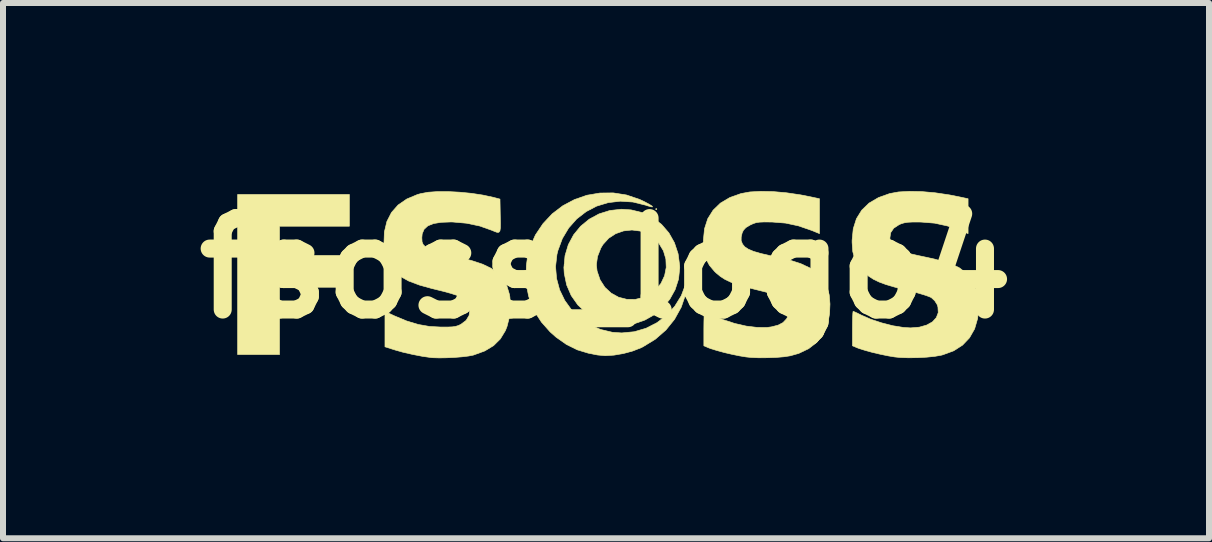
<source format=kicad_pcb>
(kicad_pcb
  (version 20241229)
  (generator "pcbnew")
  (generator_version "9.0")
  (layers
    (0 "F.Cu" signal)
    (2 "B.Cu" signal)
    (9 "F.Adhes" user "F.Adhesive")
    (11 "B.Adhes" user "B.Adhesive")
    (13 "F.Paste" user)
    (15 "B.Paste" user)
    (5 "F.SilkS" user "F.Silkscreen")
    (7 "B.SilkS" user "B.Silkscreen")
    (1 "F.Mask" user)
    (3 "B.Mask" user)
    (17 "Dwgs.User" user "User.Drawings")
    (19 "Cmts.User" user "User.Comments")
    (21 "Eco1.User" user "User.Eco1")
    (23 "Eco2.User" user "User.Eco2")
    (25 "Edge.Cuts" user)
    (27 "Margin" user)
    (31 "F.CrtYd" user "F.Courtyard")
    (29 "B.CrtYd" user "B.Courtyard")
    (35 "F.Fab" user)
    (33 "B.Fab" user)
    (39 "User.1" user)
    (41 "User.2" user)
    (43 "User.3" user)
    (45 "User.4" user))
  (footprint "fsoss_logo4"
    (layer "F.Cu")
    (at 7.047 1.418)
    (property "Reference" "fsoss_logo4" (at 0 0 0) (layer "F.SilkS") (effects (font (size 1.524 1.524) (thickness 0.3))))
    (attr through_hole)
    (fp_poly (pts (xy 0.847 -0.984) (xy 0.836 -0.974) (xy 0.826 -0.984) (xy 0.836 -0.995) (xy 0.847 -0.984)) (stroke (width 0.01) (type solid)) (fill yes) (layer "F.SilkS"))
    (fp_poly (pts (xy -4.276 -0.699) (xy -5.44 -0.699) (xy -5.44 -0.212) (xy -4.339 -0.212) (xy -4.339 0.318) (xy -5.44 0.318) (xy -5.44 1.439) (xy -6.138 1.439) (xy -6.138 -1.228) (xy -4.276 -1.228) (xy -4.276 -0.699)) (stroke (width 0.01) (type solid)) (fill yes) (layer "F.SilkS"))
    (fp_poly (pts (xy 0.418 -0.971) (xy 0.607 -0.925) (xy 0.777 -0.842) (xy 0.925 -0.729) (xy 1.047 -0.588) (xy 1.14 -0.423) (xy 1.201 -0.239) (xy 1.227 -0.04) (xy 1.228 -0.004) (xy 1.208 0.183) (xy 1.151 0.358) (xy 1.063 0.516) (xy 0.947 0.656) (xy 0.808 0.773) (xy 0.65 0.863) (xy 0.479 0.923) (xy 0.299 0.949) (xy 0.114 0.939) (xy 0.027 0.92) (xy -0.164 0.848) (xy -0.33 0.744) (xy -0.47 0.612) (xy -0.58 0.456) (xy -0.656 0.28) (xy -0.696 0.087) (xy -0.702 -0.011) (xy -0.697 -0.057) (xy -0.161 -0.057) (xy -0.149 0.048) (xy -0.099 0.195) (xy -0.019 0.319) (xy 0.086 0.416) (xy 0.209 0.484) (xy 0.346 0.519) (xy 0.489 0.52) (xy 0.634 0.483) (xy 0.701 0.452) (xy 0.824 0.364) (xy 0.916 0.253) (xy 0.976 0.125) (xy 1.003 -0.013) (xy 0.997 -0.153) (xy 0.956 -0.29) (xy 0.879 -0.417) (xy 0.822 -0.48) (xy 0.704 -0.566) (xy 0.572 -0.618) (xy 0.432 -0.636) (xy 0.293 -0.621) (xy 0.161 -0.575) (xy 0.044 -0.499) (xy -0.051 -0.394) (xy -0.086 -0.336) (xy -0.142 -0.194) (xy -0.161 -0.057) (xy -0.697 -0.057) (xy -0.683 -0.209) (xy -0.628 -0.392) (xy -0.54 -0.556) (xy -0.423 -0.699) (xy -0.28 -0.816) (xy -0.117 -0.904) (xy 0.064 -0.961) (xy 0.258 -0.982) (xy 0.418 -0.971)) (stroke (width 0.01) (type solid)) (fill yes) (layer "F.SilkS"))
    (fp_poly (pts (xy 0.343 -1.219) (xy 0.562 -1.144) (xy 0.635 -1.11) (xy 0.719 -1.065) (xy 0.765 -1.036) (xy 0.775 -1.021) (xy 0.748 -1.023) (xy 0.682 -1.042) (xy 0.663 -1.049) (xy 0.449 -1.102) (xy 0.239 -1.116) (xy 0.035 -1.092) (xy -0.156 -1.034) (xy -0.332 -0.942) (xy -0.489 -0.82) (xy -0.622 -0.67) (xy -0.728 -0.493) (xy -0.802 -0.293) (xy -0.818 -0.228) (xy -0.841 -0.025) (xy -0.824 0.173) (xy -0.773 0.362) (xy -0.688 0.537) (xy -0.575 0.694) (xy -0.435 0.83) (xy -0.274 0.94) (xy -0.092 1.021) (xy 0.105 1.068) (xy 0.261 1.079) (xy 0.47 1.059) (xy 0.667 1.001) (xy 0.849 0.908) (xy 1.01 0.784) (xy 1.146 0.633) (xy 1.254 0.459) (xy 1.327 0.264) (xy 1.346 0.183) (xy 1.375 0.032) (xy 1.364 0.195) (xy 1.328 0.43) (xy 1.253 0.65) (xy 1.142 0.851) (xy 0.998 1.03) (xy 0.821 1.184) (xy 0.615 1.31) (xy 0.585 1.325) (xy 0.445 1.38) (xy 0.29 1.422) (xy 0.132 1.449) (xy -0.014 1.458) (xy -0.137 1.447) (xy -0.138 1.447) (xy -0.182 1.439) (xy -0.249 1.425) (xy -0.296 1.416) (xy -0.478 1.361) (xy -0.66 1.271) (xy -0.832 1.15) (xy -0.931 1.062) (xy -1.075 0.9) (xy -1.184 0.733) (xy -1.263 0.552) (xy -1.292 0.457) (xy -1.321 0.305) (xy -1.332 0.133) (xy -1.327 -0.044) (xy -1.305 -0.211) (xy -1.272 -0.339) (xy -1.176 -0.554) (xy -1.049 -0.743) (xy -0.896 -0.906) (xy -0.72 -1.04) (xy -0.526 -1.143) (xy -0.319 -1.215) (xy -0.102 -1.252) (xy 0.12 -1.254) (xy 0.343 -1.219)) (stroke (width 0.01) (type solid)) (fill yes) (layer "F.SilkS"))
    (fp_poly (pts (xy -2.439 -1.266) (xy -2.243 -1.247) (xy -2.053 -1.218) (xy -1.877 -1.18) (xy -1.831 -1.168) (xy -1.767 -1.151) (xy -1.762 -0.872) (xy -1.759 -0.752) (xy -1.76 -0.67) (xy -1.768 -0.62) (xy -1.786 -0.598) (xy -1.816 -0.597) (xy -1.862 -0.614) (xy -1.908 -0.633) (xy -2.106 -0.703) (xy -2.325 -0.749) (xy -2.55 -0.769) (xy -2.582 -0.77) (xy -2.748 -0.764) (xy -2.876 -0.743) (xy -2.969 -0.705) (xy -3.031 -0.648) (xy -3.063 -0.573) (xy -3.069 -0.507) (xy -3.065 -0.439) (xy -3.047 -0.394) (xy -3.007 -0.353) (xy -3.004 -0.351) (xy -2.969 -0.326) (xy -2.926 -0.303) (xy -2.869 -0.281) (xy -2.792 -0.258) (xy -2.689 -0.232) (xy -2.554 -0.201) (xy -2.455 -0.18) (xy -2.237 -0.126) (xy -2.056 -0.066) (xy -1.911 0.004) (xy -1.798 0.087) (xy -1.712 0.184) (xy -1.651 0.3) (xy -1.61 0.435) (xy -1.602 0.479) (xy -1.591 0.639) (xy -1.608 0.809) (xy -1.65 0.973) (xy -1.677 1.041) (xy -1.761 1.179) (xy -1.874 1.291) (xy -2.02 1.379) (xy -2.201 1.445) (xy -2.213 1.449) (xy -2.292 1.464) (xy -2.4 1.477) (xy -2.525 1.487) (xy -2.656 1.493) (xy -2.778 1.495) (xy -2.88 1.492) (xy -2.91 1.49) (xy -3.058 1.469) (xy -3.223 1.437) (xy -3.385 1.4) (xy -3.516 1.363) (xy -3.683 1.31) (xy -3.683 0.722) (xy -3.527 0.794) (xy -3.321 0.88) (xy -3.129 0.938) (xy -2.941 0.971) (xy -2.752 0.981) (xy -2.642 0.981) (xy -2.563 0.978) (xy -2.507 0.97) (xy -2.461 0.956) (xy -2.419 0.936) (xy -2.331 0.87) (xy -2.281 0.787) (xy -2.27 0.687) (xy -2.272 0.669) (xy -2.283 0.613) (xy -2.305 0.566) (xy -2.341 0.526) (xy -2.396 0.49) (xy -2.475 0.456) (xy -2.582 0.421) (xy -2.722 0.383) (xy -2.894 0.341) (xy -3.11 0.281) (xy -3.288 0.214) (xy -3.429 0.136) (xy -3.538 0.045) (xy -3.616 -0.062) (xy -3.668 -0.189) (xy -3.695 -0.336) (xy -3.7 -0.404) (xy -3.693 -0.603) (xy -3.651 -0.778) (xy -3.575 -0.927) (xy -3.465 -1.052) (xy -3.32 -1.152) (xy -3.142 -1.227) (xy -3.088 -1.242) (xy -2.964 -1.265) (xy -2.808 -1.276) (xy -2.63 -1.276) (xy -2.439 -1.266)) (stroke (width 0.01) (type solid)) (fill yes) (layer "F.SilkS"))
    (fp_poly (pts (xy 5.26 -1.276) (xy 5.484 -1.256) (xy 5.72 -1.221) (xy 5.868 -1.192) (xy 6.032 -1.157) (xy 6.032 -0.576) (xy 5.905 -0.628) (xy 5.686 -0.704) (xy 5.475 -0.75) (xy 5.255 -0.768) (xy 5.218 -0.769) (xy 5.107 -0.769) (xy 5.028 -0.765) (xy 4.967 -0.755) (xy 4.915 -0.739) (xy 4.883 -0.725) (xy 4.794 -0.667) (xy 4.742 -0.591) (xy 4.729 -0.501) (xy 4.739 -0.443) (xy 4.761 -0.392) (xy 4.797 -0.35) (xy 4.851 -0.313) (xy 4.93 -0.28) (xy 5.037 -0.248) (xy 5.178 -0.215) (xy 5.297 -0.19) (xy 5.471 -0.152) (xy 5.629 -0.108) (xy 5.764 -0.062) (xy 5.868 -0.016) (xy 5.894 -0.001) (xy 6.022 0.101) (xy 6.117 0.227) (xy 6.179 0.379) (xy 6.207 0.557) (xy 6.209 0.635) (xy 6.192 0.836) (xy 6.141 1.011) (xy 6.056 1.16) (xy 5.94 1.282) (xy 5.792 1.377) (xy 5.612 1.443) (xy 5.586 1.45) (xy 5.478 1.469) (xy 5.341 1.483) (xy 5.189 1.491) (xy 5.037 1.493) (xy 4.897 1.488) (xy 4.809 1.479) (xy 4.7 1.461) (xy 4.574 1.435) (xy 4.444 1.405) (xy 4.324 1.372) (xy 4.226 1.342) (xy 4.186 1.327) (xy 4.106 1.293) (xy 4.106 1.006) (xy 4.107 0.902) (xy 4.109 0.814) (xy 4.112 0.752) (xy 4.116 0.721) (xy 4.118 0.72) (xy 4.141 0.728) (xy 4.191 0.751) (xy 4.25 0.781) (xy 4.413 0.852) (xy 4.594 0.912) (xy 4.778 0.959) (xy 4.952 0.987) (xy 5.074 0.995) (xy 5.219 0.983) (xy 5.342 0.948) (xy 5.438 0.895) (xy 5.503 0.824) (xy 5.535 0.741) (xy 5.53 0.647) (xy 5.516 0.605) (xy 5.476 0.542) (xy 5.42 0.491) (xy 5.416 0.488) (xy 5.373 0.47) (xy 5.297 0.444) (xy 5.196 0.414) (xy 5.08 0.383) (xy 4.991 0.361) (xy 4.811 0.316) (xy 4.667 0.274) (xy 4.551 0.231) (xy 4.457 0.186) (xy 4.378 0.135) (xy 4.307 0.075) (xy 4.284 0.054) (xy 4.2 -0.046) (xy 4.144 -0.153) (xy 4.111 -0.276) (xy 4.1 -0.427) (xy 4.1 -0.466) (xy 4.119 -0.657) (xy 4.172 -0.824) (xy 4.26 -0.966) (xy 4.382 -1.084) (xy 4.539 -1.176) (xy 4.726 -1.243) (xy 4.874 -1.27) (xy 5.054 -1.28) (xy 5.26 -1.276)) (stroke (width 0.01) (type solid)) (fill yes) (layer "F.SilkS"))
    (fp_poly (pts (xy 2.783 -1.276) (xy 3.007 -1.256) (xy 3.244 -1.221) (xy 3.392 -1.192) (xy 3.556 -1.157) (xy 3.556 -0.576) (xy 3.429 -0.628) (xy 3.206 -0.705) (xy 2.992 -0.751) (xy 2.767 -0.769) (xy 2.741 -0.769) (xy 2.634 -0.77) (xy 2.559 -0.767) (xy 2.502 -0.759) (xy 2.454 -0.743) (xy 2.403 -0.72) (xy 2.331 -0.677) (xy 2.289 -0.632) (xy 2.268 -0.588) (xy 2.252 -0.521) (xy 2.251 -0.46) (xy 2.253 -0.454) (xy 2.274 -0.401) (xy 2.311 -0.356) (xy 2.37 -0.317) (xy 2.454 -0.281) (xy 2.569 -0.247) (xy 2.718 -0.212) (xy 2.826 -0.19) (xy 3.056 -0.136) (xy 3.247 -0.074) (xy 3.402 -0.001) (xy 3.523 0.084) (xy 3.615 0.183) (xy 3.678 0.298) (xy 3.684 0.313) (xy 3.718 0.444) (xy 3.731 0.597) (xy 3.724 0.758) (xy 3.698 0.911) (xy 3.685 0.956) (xy 3.615 1.107) (xy 3.511 1.236) (xy 3.376 1.341) (xy 3.211 1.42) (xy 3.069 1.46) (xy 2.966 1.476) (xy 2.835 1.487) (xy 2.689 1.492) (xy 2.543 1.493) (xy 2.411 1.487) (xy 2.333 1.479) (xy 2.223 1.461) (xy 2.097 1.435) (xy 1.968 1.405) (xy 1.847 1.372) (xy 1.749 1.342) (xy 1.709 1.327) (xy 1.63 1.293) (xy 1.63 1.006) (xy 1.631 0.902) (xy 1.633 0.814) (xy 1.636 0.752) (xy 1.64 0.721) (xy 1.641 0.72) (xy 1.664 0.728) (xy 1.714 0.751) (xy 1.773 0.78) (xy 1.954 0.859) (xy 2.144 0.921) (xy 2.336 0.965) (xy 2.517 0.987) (xy 2.68 0.988) (xy 2.755 0.978) (xy 2.868 0.949) (xy 2.948 0.907) (xy 3.007 0.845) (xy 3.034 0.797) (xy 3.058 0.742) (xy 3.061 0.696) (xy 3.046 0.636) (xy 3.045 0.63) (xy 3.024 0.579) (xy 2.993 0.536) (xy 2.948 0.5) (xy 2.883 0.467) (xy 2.792 0.434) (xy 2.67 0.4) (xy 2.518 0.362) (xy 2.338 0.317) (xy 2.194 0.275) (xy 2.078 0.233) (xy 1.983 0.188) (xy 1.904 0.137) (xy 1.833 0.078) (xy 1.808 0.054) (xy 1.723 -0.047) (xy 1.666 -0.154) (xy 1.633 -0.279) (xy 1.622 -0.431) (xy 1.622 -0.466) (xy 1.641 -0.657) (xy 1.695 -0.824) (xy 1.784 -0.966) (xy 1.906 -1.084) (xy 2.063 -1.177) (xy 2.249 -1.243) (xy 2.397 -1.27) (xy 2.577 -1.28) (xy 2.783 -1.276)) (stroke (width 0.01) (type solid)) (fill yes) (layer "F.SilkS")))
  (gr_rect
    (start -3 -3)
    (end 17.093 5.918)
    (stroke (width 0.1) (type default))
    (fill no)
    (layer "Edge.Cuts")))
</source>
